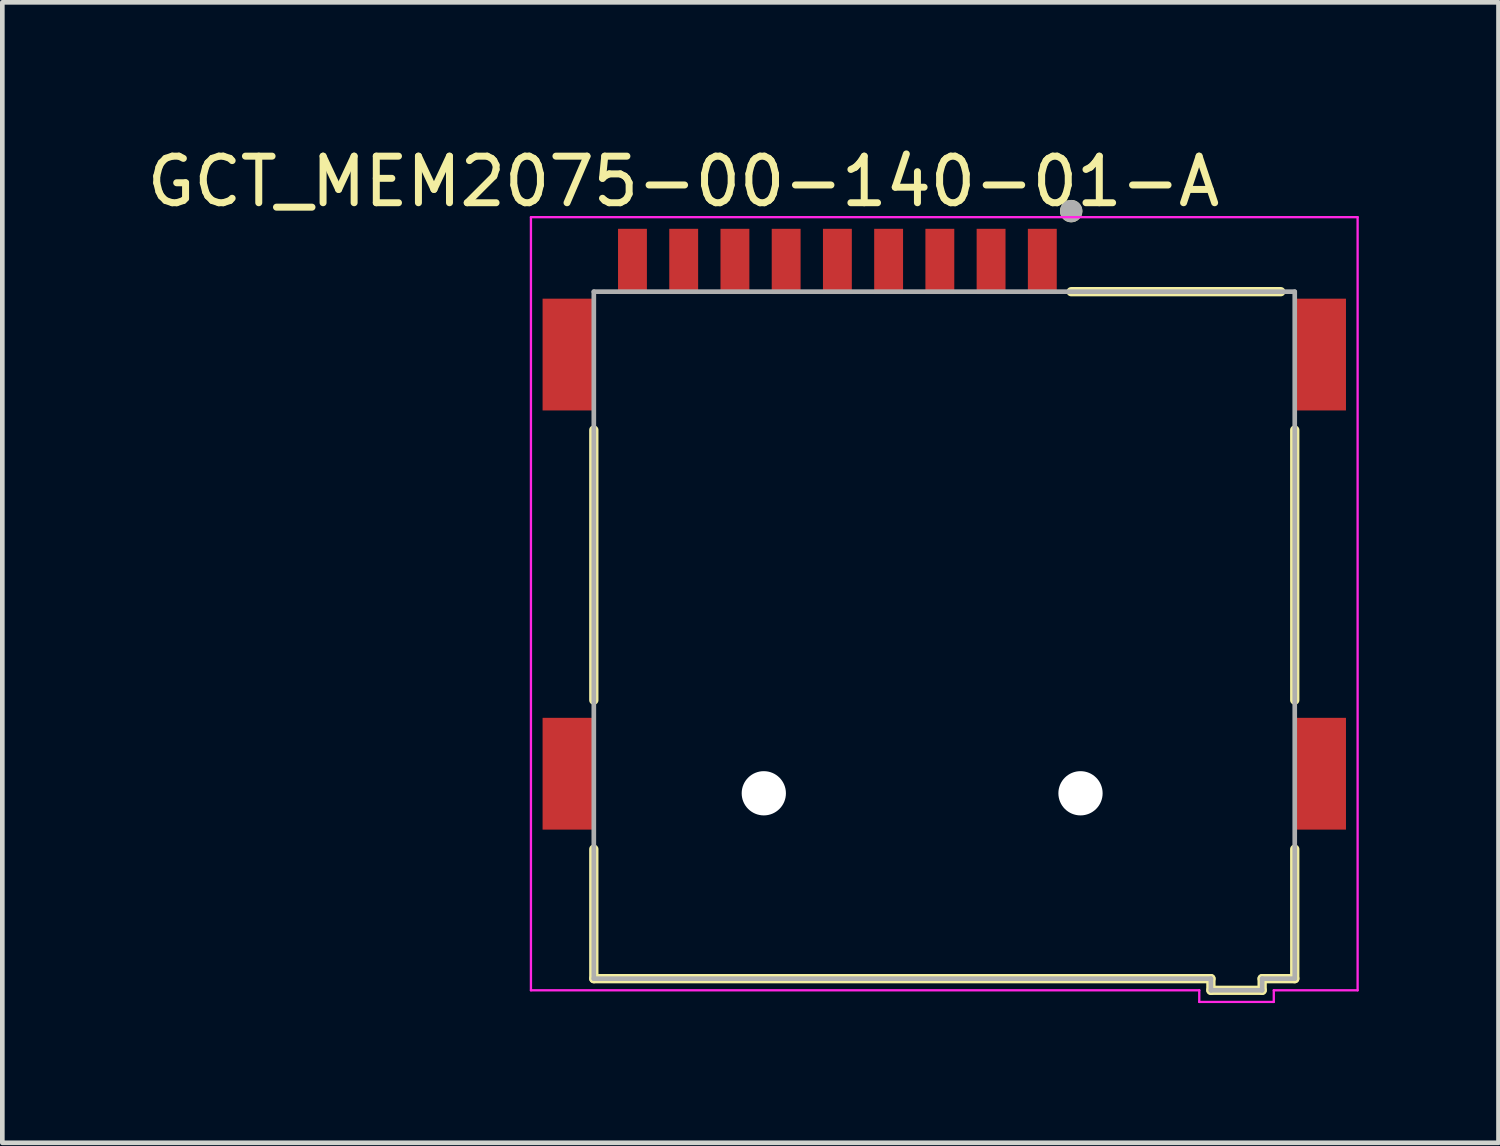
<source format=kicad_pcb>
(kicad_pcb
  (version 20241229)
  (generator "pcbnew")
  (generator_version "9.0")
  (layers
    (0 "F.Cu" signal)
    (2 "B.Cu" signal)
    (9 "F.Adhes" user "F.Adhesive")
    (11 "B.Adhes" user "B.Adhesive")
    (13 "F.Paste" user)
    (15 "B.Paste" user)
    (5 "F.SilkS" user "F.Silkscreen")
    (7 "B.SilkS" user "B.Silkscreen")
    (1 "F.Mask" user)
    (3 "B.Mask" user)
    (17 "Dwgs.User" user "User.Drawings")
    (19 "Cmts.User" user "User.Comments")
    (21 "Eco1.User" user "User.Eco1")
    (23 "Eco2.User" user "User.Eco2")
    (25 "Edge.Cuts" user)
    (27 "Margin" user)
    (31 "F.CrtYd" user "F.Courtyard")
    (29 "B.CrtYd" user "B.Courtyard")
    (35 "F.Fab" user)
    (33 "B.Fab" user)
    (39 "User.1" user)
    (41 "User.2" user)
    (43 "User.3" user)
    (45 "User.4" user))
  (footprint "GCT_MEM2075-00-140-01-A"
    (layer "F.Cu")
    (at 16.75 13.983)
    (property "Reference" "GCT_MEM2075-00-140-01-A" (at -5.125 -13.135 0) (layer "F.SilkS") (effects (font (size 1 1) (thickness 0.15))))
    (attr smd)
    (fp_line (start -7.05 -2) (end -7.05 -7.8) (stroke (width 0.2) (type solid)) (layer "F.SilkS"))
    (fp_line (start -7.05 3.98) (end -7.05 1.2) (stroke (width 0.2) (type solid)) (layer "F.SilkS"))
    (fp_line (start -7.05 3.98) (end 6.2 3.98) (stroke (width 0.2) (type solid)) (layer "F.SilkS"))
    (fp_line (start 3.2 -10.77) (end 7.7 -10.77) (stroke (width 0.2) (type solid)) (layer "F.SilkS"))
    (fp_line (start 6.2 3.98) (end 6.2 4.23) (stroke (width 0.2) (type solid)) (layer "F.SilkS"))
    (fp_line (start 6.2 4.23) (end 7.3 4.23) (stroke (width 0.2) (type solid)) (layer "F.SilkS"))
    (fp_line (start 7.3 3.98) (end 8 3.98) (stroke (width 0.2) (type solid)) (layer "F.SilkS"))
    (fp_line (start 7.3 4.23) (end 7.3 3.98) (stroke (width 0.2) (type solid)) (layer "F.SilkS"))
    (fp_line (start 8 -2) (end 8 -7.8) (stroke (width 0.2) (type solid)) (layer "F.SilkS"))
    (fp_line (start 8 3.98) (end 8 1.2) (stroke (width 0.2) (type solid)) (layer "F.SilkS"))
    (fp_circle (center 3.2 -12.5) (end 3.32 -12.5) (stroke (width 0.24) (type solid)) (fill no) (layer "F.SilkS"))
    (fp_line (start -8.4 -12.37) (end 9.35 -12.37) (stroke (width 0.05) (type solid)) (layer "F.CrtYd"))
    (fp_line (start -8.4 4.23) (end -8.4 -12.37) (stroke (width 0.05) (type solid)) (layer "F.CrtYd"))
    (fp_line (start -8.4 4.23) (end 5.95 4.23) (stroke (width 0.05) (type solid)) (layer "F.CrtYd"))
    (fp_line (start 5.95 4.23) (end 5.95 4.48) (stroke (width 0.05) (type solid)) (layer "F.CrtYd"))
    (fp_line (start 5.95 4.48) (end 7.55 4.48) (stroke (width 0.05) (type solid)) (layer "F.CrtYd"))
    (fp_line (start 7.55 4.23) (end 9.35 4.23) (stroke (width 0.05) (type solid)) (layer "F.CrtYd"))
    (fp_line (start 7.55 4.48) (end 7.55 4.23) (stroke (width 0.05) (type solid)) (layer "F.CrtYd"))
    (fp_line (start 9.35 -12.37) (end 9.35 4.23) (stroke (width 0.05) (type solid)) (layer "F.CrtYd"))
    (fp_line (start -7.05 -10.77) (end 8 -10.77) (stroke (width 0.1) (type solid)) (layer "F.Fab"))
    (fp_line (start -7.05 3.98) (end -7.05 -10.77) (stroke (width 0.1) (type solid)) (layer "F.Fab"))
    (fp_line (start -7.05 3.98) (end 6.2 3.98) (stroke (width 0.1) (type solid)) (layer "F.Fab"))
    (fp_line (start 6.2 3.98) (end 6.2 4.23) (stroke (width 0.1) (type solid)) (layer "F.Fab"))
    (fp_line (start 6.2 4.23) (end 7.3 4.23) (stroke (width 0.1) (type solid)) (layer "F.Fab"))
    (fp_line (start 7.3 3.98) (end 8 3.98) (stroke (width 0.1) (type solid)) (layer "F.Fab"))
    (fp_line (start 7.3 4.23) (end 7.3 3.98) (stroke (width 0.1) (type solid)) (layer "F.Fab"))
    (fp_line (start 8 3.98) (end 8 -10.77) (stroke (width 0.1) (type solid)) (layer "F.Fab"))
    (fp_circle (center 3.2 -12.5) (end 3.32 -12.5) (stroke (width 0.24) (type solid)) (fill no) (layer "F.Fab"))
    (pad "" np_thru_hole circle (at -3.4 0) (size 0.95 0.95) (drill 0.95) (layers "*.Cu" "*.Mask"))
    (pad "" np_thru_hole circle (at 3.4 0) (size 0.95 0.95) (drill 0.95) (layers "*.Cu" "*.Mask"))
    (pad "P1" smd rect (at 2.58 -11.42) (size 0.62 1.4) (layers "F.Cu" "F.Mask" "F.Paste"))
    (pad "P2" smd rect (at 1.48 -11.42) (size 0.62 1.4) (layers "F.Cu" "F.Mask" "F.Paste"))
    (pad "P3" smd rect (at 0.38 -11.42) (size 0.62 1.4) (layers "F.Cu" "F.Mask" "F.Paste"))
    (pad "P4" smd rect (at -0.72 -11.42) (size 0.62 1.4) (layers "F.Cu" "F.Mask" "F.Paste"))
    (pad "P5" smd rect (at -1.82 -11.42) (size 0.62 1.4) (layers "F.Cu" "F.Mask" "F.Paste"))
    (pad "P6" smd rect (at -2.92 -11.42) (size 0.62 1.4) (layers "F.Cu" "F.Mask" "F.Paste"))
    (pad "P7" smd rect (at -4.02 -11.42) (size 0.62 1.4) (layers "F.Cu" "F.Mask" "F.Paste"))
    (pad "P8" smd rect (at -5.12 -11.42) (size 0.62 1.4) (layers "F.Cu" "F.Mask" "F.Paste"))
    (pad "P9" smd rect (at -6.22 -11.42) (size 0.62 1.4) (layers "F.Cu" "F.Mask" "F.Paste"))
    (pad "SH1" smd rect (at -7.6 -0.42) (size 1.1 2.4) (layers "F.Cu" "F.Mask" "F.Paste"))
    (pad "SH2" smd rect (at -7.6 -9.42) (size 1.1 2.4) (layers "F.Cu" "F.Mask" "F.Paste"))
    (pad "SH3" smd rect (at 8.55 -9.42) (size 1.1 2.4) (layers "F.Cu" "F.Mask" "F.Paste"))
    (pad "SH4" smd rect (at 8.55 -0.42) (size 1.1 2.4) (layers "F.Cu" "F.Mask" "F.Paste"))
    (zone (net_name "") (layer "F.Cu") (hatch full 0.508) (connect_pads) (min_thickness 0.01) (filled_areas_thickness no) (keepout (tracks not_allowed) (vias not_allowed) (pads not_allowed) (copperpour not_allowed) (footprints allowed)) (placement (enabled no)) (fill) (polygon (pts (xy 9.7 6.063) (xy 19.9 6.063) (xy 19.9 10.113) (xy 9.7 10.113))))
    (zone (net_name "") (layers "F.Cu" "B.Cu") (hatch full 0.508) (connect_pads) (min_thickness 0.01) (filled_areas_thickness no) (keepout (tracks allowed) (vias not_allowed) (pads allowed) (copperpour allowed) (footprints allowed)) (placement (enabled no)) (fill) (polygon (pts (xy 9.7 6.063) (xy 19.9 6.063) (xy 19.9 10.113) (xy 9.7 10.113)))))
  (gr_rect
    (start -3 -3)
    (end 29.125 21.488)
    (stroke (width 0.1) (type default))
    (fill no)
    (layer "Edge.Cuts")))
</source>
